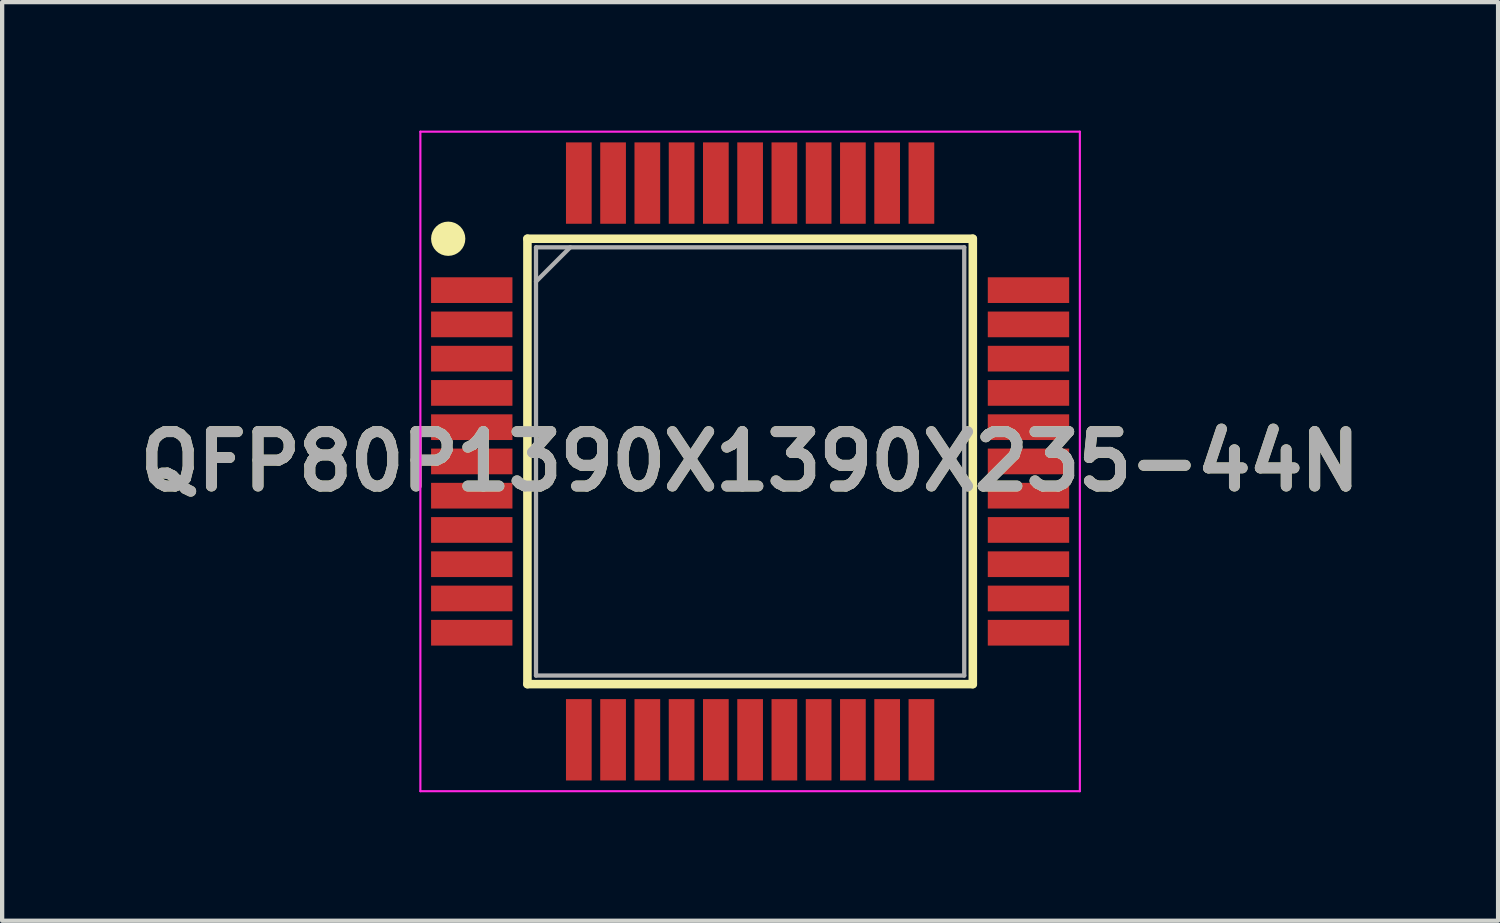
<source format=kicad_pcb>
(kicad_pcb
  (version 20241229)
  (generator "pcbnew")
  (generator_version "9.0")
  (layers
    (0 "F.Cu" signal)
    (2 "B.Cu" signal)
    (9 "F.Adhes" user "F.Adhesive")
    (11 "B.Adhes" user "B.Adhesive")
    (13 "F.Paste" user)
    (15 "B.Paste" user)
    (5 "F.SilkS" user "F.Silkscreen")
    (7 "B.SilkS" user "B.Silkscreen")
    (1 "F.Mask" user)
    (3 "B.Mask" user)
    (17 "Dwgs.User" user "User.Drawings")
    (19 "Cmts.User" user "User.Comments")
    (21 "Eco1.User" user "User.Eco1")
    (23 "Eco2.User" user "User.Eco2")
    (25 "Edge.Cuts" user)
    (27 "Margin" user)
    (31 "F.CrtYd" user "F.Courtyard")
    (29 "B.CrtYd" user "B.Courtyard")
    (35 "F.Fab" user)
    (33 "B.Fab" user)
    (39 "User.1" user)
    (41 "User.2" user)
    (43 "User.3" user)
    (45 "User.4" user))
  (footprint "QFP80P1390X1390X235-44N"
    (layer "F.Cu")
    (at 14.466 7.725)
    (property "Reference" "QFP80P1390X1390X235-44N" (at 0 0 0) (layer "F.SilkS") (effects (font (size 1.27 1.27) (thickness 0.254))))
    (attr smd)
    (fp_line (start -5.2 -5.2) (end 5.2 -5.2) (stroke (width 0.2) (type solid)) (layer "F.SilkS"))
    (fp_line (start -5.2 5.2) (end -5.2 -5.2) (stroke (width 0.2) (type solid)) (layer "F.SilkS"))
    (fp_line (start 5.2 -5.2) (end 5.2 5.2) (stroke (width 0.2) (type solid)) (layer "F.SilkS"))
    (fp_line (start 5.2 5.2) (end -5.2 5.2) (stroke (width 0.2) (type solid)) (layer "F.SilkS"))
    (fp_circle (center -7.05 -5.2) (end -7.05 -5) (stroke (width 0.4) (type solid)) (fill no) (layer "F.SilkS"))
    (fp_line (start -7.7 -7.7) (end 7.7 -7.7) (stroke (width 0.05) (type solid)) (layer "F.CrtYd"))
    (fp_line (start -7.7 7.7) (end -7.7 -7.7) (stroke (width 0.05) (type solid)) (layer "F.CrtYd"))
    (fp_line (start 7.7 -7.7) (end 7.7 7.7) (stroke (width 0.05) (type solid)) (layer "F.CrtYd"))
    (fp_line (start 7.7 7.7) (end -7.7 7.7) (stroke (width 0.05) (type solid)) (layer "F.CrtYd"))
    (fp_line (start -5 -5) (end 5 -5) (stroke (width 0.1) (type solid)) (layer "F.Fab"))
    (fp_line (start -5 -4.2) (end -4.2 -5) (stroke (width 0.1) (type solid)) (layer "F.Fab"))
    (fp_line (start -5 5) (end -5 -5) (stroke (width 0.1) (type solid)) (layer "F.Fab"))
    (fp_line (start 5 -5) (end 5 5) (stroke (width 0.1) (type solid)) (layer "F.Fab"))
    (fp_line (start 5 5) (end -5 5) (stroke (width 0.1) (type solid)) (layer "F.Fab"))
    (fp_text user "${REFERENCE}" (at 0 0 0) (layer "F.Fab") (effects (font (size 1.27 1.27) (thickness 0.254))))
    (pad "1" smd rect (at -6.5 -4 90) (size 0.6 1.9) (layers "F.Cu" "F.Mask" "F.Paste"))
    (pad "2" smd rect (at -6.5 -3.2 90) (size 0.6 1.9) (layers "F.Cu" "F.Mask" "F.Paste"))
    (pad "3" smd rect (at -6.5 -2.4 90) (size 0.6 1.9) (layers "F.Cu" "F.Mask" "F.Paste"))
    (pad "4" smd rect (at -6.5 -1.6 90) (size 0.6 1.9) (layers "F.Cu" "F.Mask" "F.Paste"))
    (pad "5" smd rect (at -6.5 -0.8 90) (size 0.6 1.9) (layers "F.Cu" "F.Mask" "F.Paste"))
    (pad "6" smd rect (at -6.5 0 90) (size 0.6 1.9) (layers "F.Cu" "F.Mask" "F.Paste"))
    (pad "7" smd rect (at -6.5 0.8 90) (size 0.6 1.9) (layers "F.Cu" "F.Mask" "F.Paste"))
    (pad "8" smd rect (at -6.5 1.6 90) (size 0.6 1.9) (layers "F.Cu" "F.Mask" "F.Paste"))
    (pad "9" smd rect (at -6.5 2.4 90) (size 0.6 1.9) (layers "F.Cu" "F.Mask" "F.Paste"))
    (pad "10" smd rect (at -6.5 3.2 90) (size 0.6 1.9) (layers "F.Cu" "F.Mask" "F.Paste"))
    (pad "11" smd rect (at -6.5 4 90) (size 0.6 1.9) (layers "F.Cu" "F.Mask" "F.Paste"))
    (pad "12" smd rect (at -4 6.5) (size 0.6 1.9) (layers "F.Cu" "F.Mask" "F.Paste"))
    (pad "13" smd rect (at -3.2 6.5) (size 0.6 1.9) (layers "F.Cu" "F.Mask" "F.Paste"))
    (pad "14" smd rect (at -2.4 6.5) (size 0.6 1.9) (layers "F.Cu" "F.Mask" "F.Paste"))
    (pad "15" smd rect (at -1.6 6.5) (size 0.6 1.9) (layers "F.Cu" "F.Mask" "F.Paste"))
    (pad "16" smd rect (at -0.8 6.5) (size 0.6 1.9) (layers "F.Cu" "F.Mask" "F.Paste"))
    (pad "17" smd rect (at 0 6.5) (size 0.6 1.9) (layers "F.Cu" "F.Mask" "F.Paste"))
    (pad "18" smd rect (at 0.8 6.5) (size 0.6 1.9) (layers "F.Cu" "F.Mask" "F.Paste"))
    (pad "19" smd rect (at 1.6 6.5) (size 0.6 1.9) (layers "F.Cu" "F.Mask" "F.Paste"))
    (pad "20" smd rect (at 2.4 6.5) (size 0.6 1.9) (layers "F.Cu" "F.Mask" "F.Paste"))
    (pad "21" smd rect (at 3.2 6.5) (size 0.6 1.9) (layers "F.Cu" "F.Mask" "F.Paste"))
    (pad "22" smd rect (at 4 6.5) (size 0.6 1.9) (layers "F.Cu" "F.Mask" "F.Paste"))
    (pad "23" smd rect (at 6.5 4 90) (size 0.6 1.9) (layers "F.Cu" "F.Mask" "F.Paste"))
    (pad "24" smd rect (at 6.5 3.2 90) (size 0.6 1.9) (layers "F.Cu" "F.Mask" "F.Paste"))
    (pad "25" smd rect (at 6.5 2.4 90) (size 0.6 1.9) (layers "F.Cu" "F.Mask" "F.Paste"))
    (pad "26" smd rect (at 6.5 1.6 90) (size 0.6 1.9) (layers "F.Cu" "F.Mask" "F.Paste"))
    (pad "27" smd rect (at 6.5 0.8 90) (size 0.6 1.9) (layers "F.Cu" "F.Mask" "F.Paste"))
    (pad "28" smd rect (at 6.5 0 90) (size 0.6 1.9) (layers "F.Cu" "F.Mask" "F.Paste"))
    (pad "29" smd rect (at 6.5 -0.8 90) (size 0.6 1.9) (layers "F.Cu" "F.Mask" "F.Paste"))
    (pad "30" smd rect (at 6.5 -1.6 90) (size 0.6 1.9) (layers "F.Cu" "F.Mask" "F.Paste"))
    (pad "31" smd rect (at 6.5 -2.4 90) (size 0.6 1.9) (layers "F.Cu" "F.Mask" "F.Paste"))
    (pad "32" smd rect (at 6.5 -3.2 90) (size 0.6 1.9) (layers "F.Cu" "F.Mask" "F.Paste"))
    (pad "33" smd rect (at 6.5 -4 90) (size 0.6 1.9) (layers "F.Cu" "F.Mask" "F.Paste"))
    (pad "34" smd rect (at 4 -6.5) (size 0.6 1.9) (layers "F.Cu" "F.Mask" "F.Paste"))
    (pad "35" smd rect (at 3.2 -6.5) (size 0.6 1.9) (layers "F.Cu" "F.Mask" "F.Paste"))
    (pad "36" smd rect (at 2.4 -6.5) (size 0.6 1.9) (layers "F.Cu" "F.Mask" "F.Paste"))
    (pad "37" smd rect (at 1.6 -6.5) (size 0.6 1.9) (layers "F.Cu" "F.Mask" "F.Paste"))
    (pad "38" smd rect (at 0.8 -6.5) (size 0.6 1.9) (layers "F.Cu" "F.Mask" "F.Paste"))
    (pad "39" smd rect (at 0 -6.5) (size 0.6 1.9) (layers "F.Cu" "F.Mask" "F.Paste"))
    (pad "40" smd rect (at -0.8 -6.5) (size 0.6 1.9) (layers "F.Cu" "F.Mask" "F.Paste"))
    (pad "41" smd rect (at -1.6 -6.5) (size 0.6 1.9) (layers "F.Cu" "F.Mask" "F.Paste"))
    (pad "42" smd rect (at -2.4 -6.5) (size 0.6 1.9) (layers "F.Cu" "F.Mask" "F.Paste"))
    (pad "43" smd rect (at -3.2 -6.5) (size 0.6 1.9) (layers "F.Cu" "F.Mask" "F.Paste"))
    (pad "44" smd rect (at -4 -6.5) (size 0.6 1.9) (layers "F.Cu" "F.Mask" "F.Paste")))
  (gr_rect
    (start -3 -3)
    (end 31.932 18.45)
    (stroke (width 0.1) (type default))
    (fill no)
    (layer "Edge.Cuts")))
</source>
